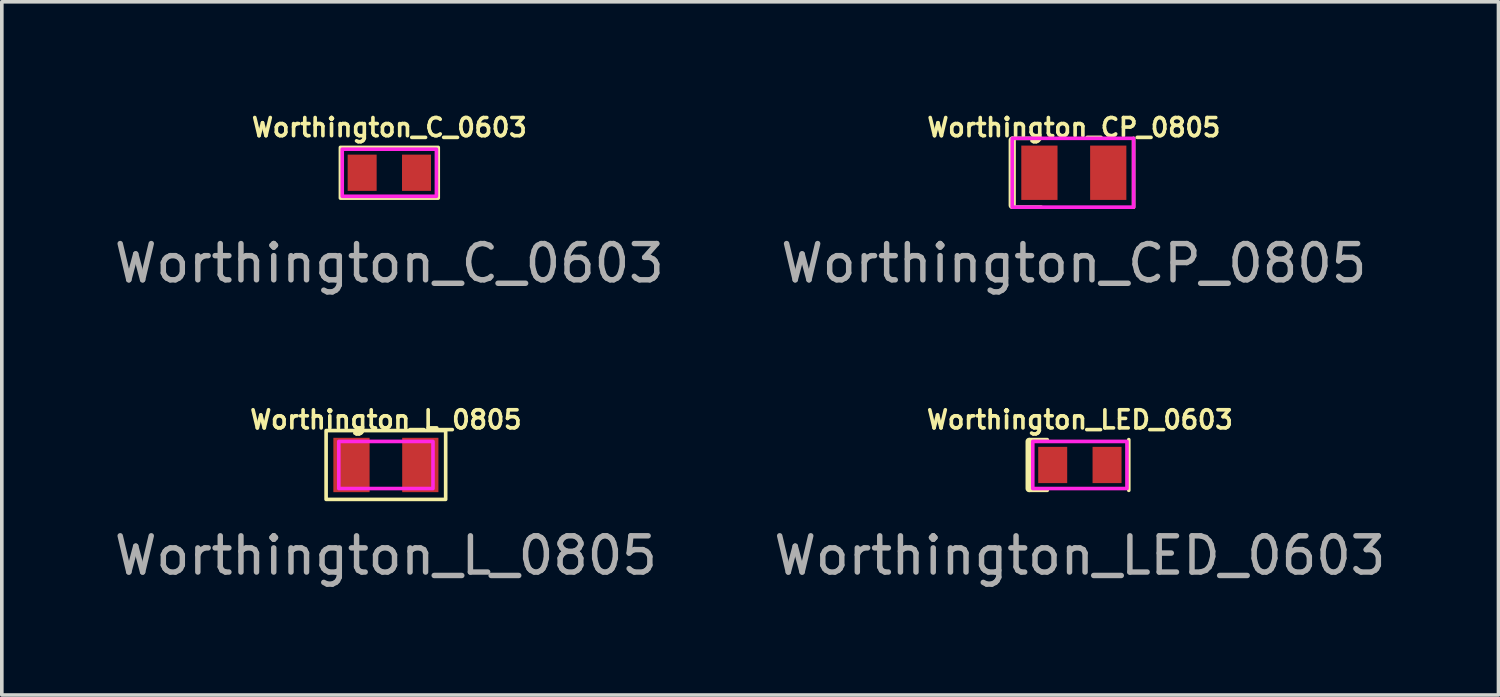
<source format=kicad_pcb>
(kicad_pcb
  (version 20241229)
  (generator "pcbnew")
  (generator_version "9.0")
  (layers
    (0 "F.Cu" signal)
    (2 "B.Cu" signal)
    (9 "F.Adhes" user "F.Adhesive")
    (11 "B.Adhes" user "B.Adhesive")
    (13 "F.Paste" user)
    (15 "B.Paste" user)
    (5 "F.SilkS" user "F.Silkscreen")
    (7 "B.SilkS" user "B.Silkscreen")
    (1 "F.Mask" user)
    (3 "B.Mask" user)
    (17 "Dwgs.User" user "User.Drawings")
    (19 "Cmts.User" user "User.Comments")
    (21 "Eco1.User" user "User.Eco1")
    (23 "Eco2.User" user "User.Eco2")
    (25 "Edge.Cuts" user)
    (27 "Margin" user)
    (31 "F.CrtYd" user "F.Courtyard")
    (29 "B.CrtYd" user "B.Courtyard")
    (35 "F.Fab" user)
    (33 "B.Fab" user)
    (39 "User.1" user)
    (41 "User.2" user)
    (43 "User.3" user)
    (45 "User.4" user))
  (footprint "Worthington_L_0805"
    (layer "F.Cu")
    (at 7.601 9.784)
    (property "Reference" "Worthington_L_0805" (at 0 -1.25 0) (unlocked yes) (layer "F.SilkS") (effects (font (size 0.5 0.5) (thickness 0.1))))
    (attr smd)
    (fp_rect (start -1.65 -0.95) (end 1.65 0.95) (stroke (width 0.1) (type solid)) (fill no) (layer "F.SilkS"))
    (fp_rect (start -1.3 -0.65) (end 1.3 0.65) (stroke (width 0.1) (type solid)) (fill no) (layer "F.CrtYd"))
    (fp_text user "${REFERENCE}" (at 0 2.5 0) (unlocked yes) (layer "F.Fab") (effects (font (size 1 1) (thickness 0.15))))
    (pad "1" smd rect (at -0.95 0) (size 1 1.5) (layers "F.Cu" "F.Mask" "F.Paste"))
    (pad "2" smd rect (at 0.95 0) (size 1 1.5) (layers "F.Cu" "F.Mask" "F.Paste")))
  (footprint "Worthington_CP_0805"
    (layer "F.Cu")
    (at 26.589 1.718)
    (property "Reference" "Worthington_CP_0805" (at 0 -1.25 0) (unlocked yes) (layer "F.SilkS") (effects (font (size 0.5 0.5) (thickness 0.1))))
    (attr smd)
    (fp_line (start -1.7 -0.9) (end -1.7 0.9) (stroke (width 0.2) (type solid)) (layer "F.SilkS"))
    (fp_line (start -0.9 -0.95) (end -1.7 -0.95) (stroke (width 0.1) (type default)) (layer "F.SilkS"))
    (fp_line (start -0.9 0.95) (end -1.7 0.95) (stroke (width 0.1) (type default)) (layer "F.SilkS"))
    (fp_line (start 1.65 -0.95) (end 1.65 0.95) (stroke (width 0.1) (type default)) (layer "F.SilkS"))
    (fp_rect (start -1.7 -0.95) (end 1.65 0.95) (stroke (width 0.1) (type solid)) (fill no) (layer "F.CrtYd"))
    (fp_text user "${REFERENCE}" (at 0 2.5 0) (unlocked yes) (layer "F.Fab") (effects (font (size 1 1) (thickness 0.15))))
    (pad "1" smd rect (at -0.95 0) (size 1 1.5) (layers "F.Cu" "F.Mask" "F.Paste"))
    (pad "2" smd rect (at 0.95 0) (size 1 1.5) (layers "F.Cu" "F.Mask" "F.Paste")))
  (footprint "Worthington_LED_0603"
    (layer "F.Cu")
    (at 26.756 9.784)
    (property "Reference" "Worthington_LED_0603" (at 0 -1.25 0) (unlocked yes) (layer "F.SilkS") (effects (font (size 0.5 0.5) (thickness 0.1))))
    (attr smd)
    (fp_line (start -1.4 -0.65) (end -1.4 0.65) (stroke (width 0.2) (type solid)) (layer "F.SilkS"))
    (fp_line (start -1.4 0.7) (end -0.9 0.7) (stroke (width 0.1) (type default)) (layer "F.SilkS"))
    (fp_line (start -0.9 -0.7) (end -1.4 -0.7) (stroke (width 0.1) (type default)) (layer "F.SilkS"))
    (fp_line (start 1.35 0.7) (end 1.35 -0.7) (stroke (width 0.1) (type default)) (layer "F.SilkS"))
    (fp_rect (start -1.3 -0.65) (end 1.3 0.65) (stroke (width 0.1) (type solid)) (fill no) (layer "F.CrtYd"))
    (fp_text user "${REFERENCE}" (at 0 2.5 0) (unlocked yes) (layer "F.Fab") (effects (font (size 1 1) (thickness 0.15))))
    (pad "1" smd rect (at -0.75 0) (size 0.8 1) (layers "F.Cu" "F.Mask" "F.Paste"))
    (pad "2" smd rect (at 0.75 0) (size 0.8 1) (layers "F.Cu" "F.Mask" "F.Paste")))
  (footprint "Worthington_C_0603"
    (layer "F.Cu")
    (at 7.696 1.718)
    (property "Reference" "Worthington_C_0603" (at 0 -1.25 0) (unlocked yes) (layer "F.SilkS") (effects (font (size 0.5 0.5) (thickness 0.1))))
    (attr smd)
    (fp_rect (start -1.35 -0.7) (end 1.35 0.7) (stroke (width 0.1) (type solid)) (fill no) (layer "F.SilkS"))
    (fp_rect (start -1.3 -0.65) (end 1.3 0.65) (stroke (width 0.1) (type solid)) (fill no) (layer "F.CrtYd"))
    (fp_text user "${REFERENCE}" (at 0 2.5 0) (unlocked yes) (layer "F.Fab") (effects (font (size 1 1) (thickness 0.15))))
    (pad "1" smd rect (at -0.75 0) (size 0.8 1) (layers "F.Cu" "F.Mask" "F.Paste"))
    (pad "2" smd rect (at 0.75 0) (size 0.8 1) (layers "F.Cu" "F.Mask" "F.Paste")))
  (gr_rect
    (start -3 -3)
    (end 38.31 16.133)
    (stroke (width 0.1) (type default))
    (fill no)
    (layer "Edge.Cuts")))
</source>
